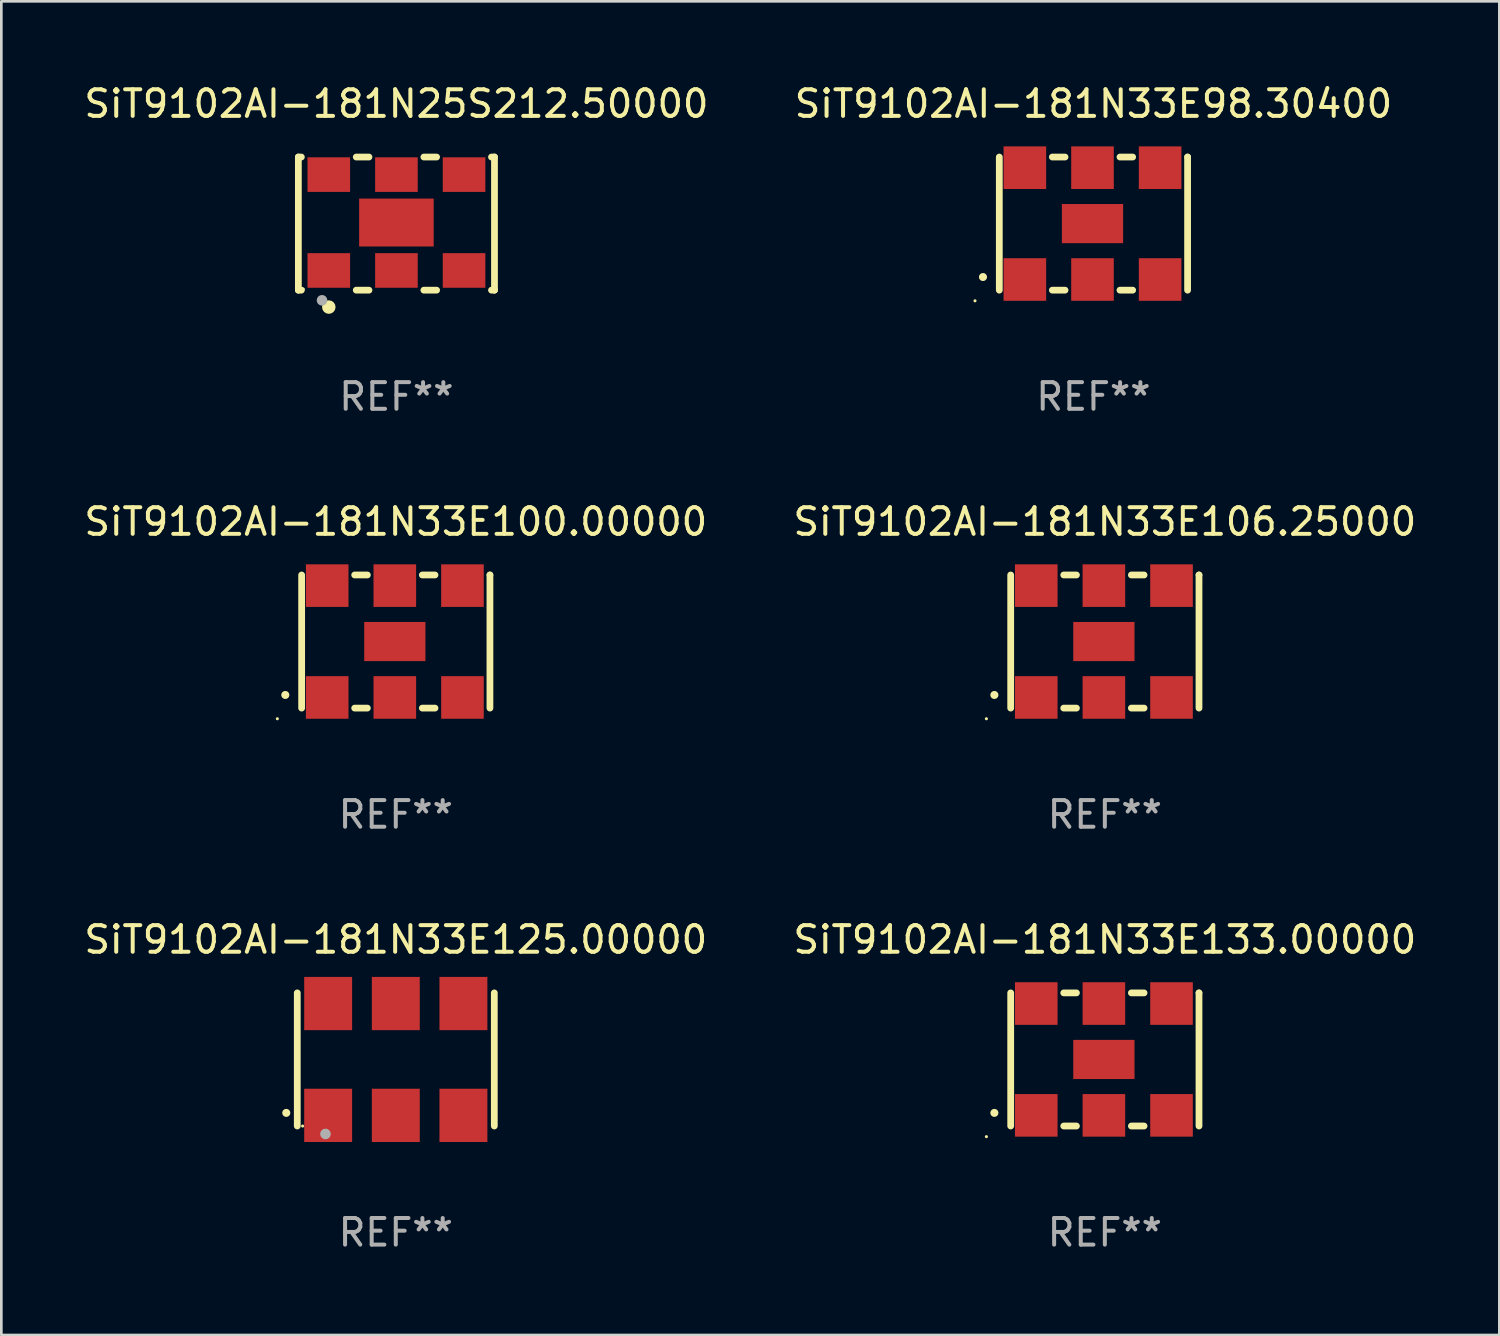
<source format=kicad_pcb>
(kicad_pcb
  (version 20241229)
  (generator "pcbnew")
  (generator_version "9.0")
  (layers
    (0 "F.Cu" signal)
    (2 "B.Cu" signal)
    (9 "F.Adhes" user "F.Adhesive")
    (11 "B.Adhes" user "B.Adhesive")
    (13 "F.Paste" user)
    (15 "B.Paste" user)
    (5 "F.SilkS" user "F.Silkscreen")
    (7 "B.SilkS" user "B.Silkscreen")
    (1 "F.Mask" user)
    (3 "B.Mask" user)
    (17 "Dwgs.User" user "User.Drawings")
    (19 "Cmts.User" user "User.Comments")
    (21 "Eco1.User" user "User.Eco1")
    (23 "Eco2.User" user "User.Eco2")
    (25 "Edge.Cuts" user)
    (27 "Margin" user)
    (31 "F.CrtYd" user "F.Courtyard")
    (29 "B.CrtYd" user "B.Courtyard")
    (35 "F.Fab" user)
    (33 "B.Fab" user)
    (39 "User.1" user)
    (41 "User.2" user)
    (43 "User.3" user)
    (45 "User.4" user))
  (footprint "SiT9102AI-181N33E106.25000"
    (layer "F.Cu")
    (at 38.446 21.045)
    (property "Reference" "SiT9102AI-181N33E106.25000" (at 0 -4.5 0) (layer "F.SilkS") (effects (font (size 1 1) (thickness 0.15))))
    (attr through_hole)
    (fp_line (start -3.536 -2.5) (end -3.536 2.5) (stroke (width 0.254) (type solid)) (layer "F.SilkS"))
    (fp_line (start -1.544 2.5) (end -1.067 2.5) (stroke (width 0.254) (type solid)) (layer "F.SilkS"))
    (fp_line (start -1.067 -2.5) (end -1.544 -2.5) (stroke (width 0.254) (type solid)) (layer "F.SilkS"))
    (fp_line (start 0.996 2.5) (end 1.473 2.5) (stroke (width 0.254) (type solid)) (layer "F.SilkS"))
    (fp_line (start 1.473 -2.5) (end 0.996 -2.5) (stroke (width 0.254) (type solid)) (layer "F.SilkS"))
    (fp_line (start 3.536 -2.5) (end 3.536 -2.5) (stroke (width 0.254) (type solid)) (layer "F.SilkS"))
    (fp_line (start 3.536 2.5) (end 3.536 -2.5) (stroke (width 0.254) (type solid)) (layer "F.SilkS"))
    (fp_arc (start -4.150432 2.006604) (mid -4.149162 2.006599) (end -4.147892 2.006604) (stroke (width 0.3) (type solid)) (layer "F.SilkS"))
    (fp_circle (center -4.449 2.9) (end -4.419 2.9) (stroke (width 0.06) (type solid)) (fill no) (layer "F.SilkS"))
    (fp_text user "REF**" (at 0 6.5 0) (layer "F.Fab") (effects (font (size 1 1) (thickness 0.15))))
    (pad "1" smd rect (at -2.576 2.1) (size 1.6 1.6) (layers "F.Cu" "F.Mask" "F.Paste"))
    (pad "2" smd rect (at -0.036 2.1) (size 1.6 1.6) (layers "F.Cu" "F.Mask" "F.Paste"))
    (pad "3" smd rect (at 2.504 2.1) (size 1.6 1.6) (layers "F.Cu" "F.Mask" "F.Paste"))
    (pad "4" smd rect (at 2.504 -2.1) (size 1.6 1.6) (layers "F.Cu" "F.Mask" "F.Paste"))
    (pad "5" smd rect (at -0.036 -2.1) (size 1.6 1.6) (layers "F.Cu" "F.Mask" "F.Paste"))
    (pad "6" smd rect (at -2.576 -2.1) (size 1.6 1.6) (layers "F.Cu" "F.Mask" "F.Paste"))
    (pad "7" smd rect (at -0.036 0) (size 2.3 1.47) (layers "F.Cu" "F.Mask" "F.Paste")))
  (footprint "SiT9102AI-181N33E98.30400"
    (layer "F.Cu")
    (at 38.018 5.348)
    (property "Reference" "SiT9102AI-181N33E98.30400" (at 0 -4.5 0) (layer "F.SilkS") (effects (font (size 1 1) (thickness 0.15))))
    (attr through_hole)
    (fp_line (start -3.536 -2.5) (end -3.536 2.5) (stroke (width 0.254) (type solid)) (layer "F.SilkS"))
    (fp_line (start -1.544 2.5) (end -1.067 2.5) (stroke (width 0.254) (type solid)) (layer "F.SilkS"))
    (fp_line (start -1.067 -2.5) (end -1.544 -2.5) (stroke (width 0.254) (type solid)) (layer "F.SilkS"))
    (fp_line (start 0.996 2.5) (end 1.473 2.5) (stroke (width 0.254) (type solid)) (layer "F.SilkS"))
    (fp_line (start 1.473 -2.5) (end 0.996 -2.5) (stroke (width 0.254) (type solid)) (layer "F.SilkS"))
    (fp_line (start 3.536 -2.5) (end 3.536 -2.5) (stroke (width 0.254) (type solid)) (layer "F.SilkS"))
    (fp_line (start 3.536 2.5) (end 3.536 -2.5) (stroke (width 0.254) (type solid)) (layer "F.SilkS"))
    (fp_arc (start -4.150432 2.006604) (mid -4.149162 2.006599) (end -4.147892 2.006604) (stroke (width 0.3) (type solid)) (layer "F.SilkS"))
    (fp_circle (center -4.449 2.9) (end -4.419 2.9) (stroke (width 0.06) (type solid)) (fill no) (layer "F.SilkS"))
    (fp_text user "REF**" (at 0 6.5 0) (layer "F.Fab") (effects (font (size 1 1) (thickness 0.15))))
    (pad "1" smd rect (at -2.576 2.1) (size 1.6 1.6) (layers "F.Cu" "F.Mask" "F.Paste"))
    (pad "2" smd rect (at -0.036 2.1) (size 1.6 1.6) (layers "F.Cu" "F.Mask" "F.Paste"))
    (pad "3" smd rect (at 2.504 2.1) (size 1.6 1.6) (layers "F.Cu" "F.Mask" "F.Paste"))
    (pad "4" smd rect (at 2.504 -2.1) (size 1.6 1.6) (layers "F.Cu" "F.Mask" "F.Paste"))
    (pad "5" smd rect (at -0.036 -2.1) (size 1.6 1.6) (layers "F.Cu" "F.Mask" "F.Paste"))
    (pad "6" smd rect (at -2.576 -2.1) (size 1.6 1.6) (layers "F.Cu" "F.Mask" "F.Paste"))
    (pad "7" smd rect (at -0.036 0) (size 2.3 1.47) (layers "F.Cu" "F.Mask" "F.Paste")))
  (footprint "SiT9102AI-181N33E133.00000"
    (layer "F.Cu")
    (at 38.446 36.741)
    (property "Reference" "SiT9102AI-181N33E133.00000" (at 0 -4.5 0) (layer "F.SilkS") (effects (font (size 1 1) (thickness 0.15))))
    (attr through_hole)
    (fp_line (start -3.536 -2.5) (end -3.536 2.5) (stroke (width 0.254) (type solid)) (layer "F.SilkS"))
    (fp_line (start -1.544 2.5) (end -1.067 2.5) (stroke (width 0.254) (type solid)) (layer "F.SilkS"))
    (fp_line (start -1.067 -2.5) (end -1.544 -2.5) (stroke (width 0.254) (type solid)) (layer "F.SilkS"))
    (fp_line (start 0.996 2.5) (end 1.473 2.5) (stroke (width 0.254) (type solid)) (layer "F.SilkS"))
    (fp_line (start 1.473 -2.5) (end 0.996 -2.5) (stroke (width 0.254) (type solid)) (layer "F.SilkS"))
    (fp_line (start 3.536 -2.5) (end 3.536 -2.5) (stroke (width 0.254) (type solid)) (layer "F.SilkS"))
    (fp_line (start 3.536 2.5) (end 3.536 -2.5) (stroke (width 0.254) (type solid)) (layer "F.SilkS"))
    (fp_arc (start -4.150432 2.006604) (mid -4.149162 2.006599) (end -4.147892 2.006604) (stroke (width 0.3) (type solid)) (layer "F.SilkS"))
    (fp_circle (center -4.449 2.9) (end -4.419 2.9) (stroke (width 0.06) (type solid)) (fill no) (layer "F.SilkS"))
    (fp_text user "REF**" (at 0 6.5 0) (layer "F.Fab") (effects (font (size 1 1) (thickness 0.15))))
    (pad "1" smd rect (at -2.576 2.1) (size 1.6 1.6) (layers "F.Cu" "F.Mask" "F.Paste"))
    (pad "2" smd rect (at -0.036 2.1) (size 1.6 1.6) (layers "F.Cu" "F.Mask" "F.Paste"))
    (pad "3" smd rect (at 2.504 2.1) (size 1.6 1.6) (layers "F.Cu" "F.Mask" "F.Paste"))
    (pad "4" smd rect (at 2.504 -2.1) (size 1.6 1.6) (layers "F.Cu" "F.Mask" "F.Paste"))
    (pad "5" smd rect (at -0.036 -2.1) (size 1.6 1.6) (layers "F.Cu" "F.Mask" "F.Paste"))
    (pad "6" smd rect (at -2.576 -2.1) (size 1.6 1.6) (layers "F.Cu" "F.Mask" "F.Paste"))
    (pad "7" smd rect (at -0.036 0) (size 2.3 1.47) (layers "F.Cu" "F.Mask" "F.Paste")))
  (footprint "SiT9102AI-181N33E100.00000"
    (layer "F.Cu")
    (at 11.815 21.045)
    (property "Reference" "SiT9102AI-181N33E100.00000" (at 0 -4.5 0) (layer "F.SilkS") (effects (font (size 1 1) (thickness 0.15))))
    (attr through_hole)
    (fp_line (start -3.536 -2.5) (end -3.536 2.5) (stroke (width 0.254) (type solid)) (layer "F.SilkS"))
    (fp_line (start -1.544 2.5) (end -1.067 2.5) (stroke (width 0.254) (type solid)) (layer "F.SilkS"))
    (fp_line (start -1.067 -2.5) (end -1.544 -2.5) (stroke (width 0.254) (type solid)) (layer "F.SilkS"))
    (fp_line (start 0.996 2.5) (end 1.473 2.5) (stroke (width 0.254) (type solid)) (layer "F.SilkS"))
    (fp_line (start 1.473 -2.5) (end 0.996 -2.5) (stroke (width 0.254) (type solid)) (layer "F.SilkS"))
    (fp_line (start 3.536 -2.5) (end 3.536 -2.5) (stroke (width 0.254) (type solid)) (layer "F.SilkS"))
    (fp_line (start 3.536 2.5) (end 3.536 -2.5) (stroke (width 0.254) (type solid)) (layer "F.SilkS"))
    (fp_arc (start -4.150432 2.006604) (mid -4.149162 2.006599) (end -4.147892 2.006604) (stroke (width 0.3) (type solid)) (layer "F.SilkS"))
    (fp_circle (center -4.449 2.9) (end -4.419 2.9) (stroke (width 0.06) (type solid)) (fill no) (layer "F.SilkS"))
    (fp_text user "REF**" (at 0 6.5 0) (layer "F.Fab") (effects (font (size 1 1) (thickness 0.15))))
    (pad "1" smd rect (at -2.576 2.1) (size 1.6 1.6) (layers "F.Cu" "F.Mask" "F.Paste"))
    (pad "2" smd rect (at -0.036 2.1) (size 1.6 1.6) (layers "F.Cu" "F.Mask" "F.Paste"))
    (pad "3" smd rect (at 2.504 2.1) (size 1.6 1.6) (layers "F.Cu" "F.Mask" "F.Paste"))
    (pad "4" smd rect (at 2.504 -2.1) (size 1.6 1.6) (layers "F.Cu" "F.Mask" "F.Paste"))
    (pad "5" smd rect (at -0.036 -2.1) (size 1.6 1.6) (layers "F.Cu" "F.Mask" "F.Paste"))
    (pad "6" smd rect (at -2.576 -2.1) (size 1.6 1.6) (layers "F.Cu" "F.Mask" "F.Paste"))
    (pad "7" smd rect (at -0.036 0) (size 2.3 1.47) (layers "F.Cu" "F.Mask" "F.Paste")))
  (footprint "SiT9102AI-181N25S212.50000"
    (layer "F.Cu")
    (at 11.839 5.348)
    (property "Reference" "SiT9102AI-181N25S212.50000" (at 0 -4.5 0) (layer "F.SilkS") (effects (font (size 1 1) (thickness 0.15))))
    (attr through_hole)
    (fp_line (start -3.683 -2.5) (end -3.571 -2.5) (stroke (width 0.254) (type solid)) (layer "F.SilkS"))
    (fp_line (start -3.683 2.5) (end -3.683 -2.5) (stroke (width 0.254) (type solid)) (layer "F.SilkS"))
    (fp_line (start -3.683 2.5) (end -3.571 2.5) (stroke (width 0.254) (type solid)) (layer "F.SilkS"))
    (fp_line (start -1.509 -2.5) (end -1.031 -2.5) (stroke (width 0.254) (type solid)) (layer "F.SilkS"))
    (fp_line (start -1.509 2.5) (end -1.031 2.5) (stroke (width 0.254) (type solid)) (layer "F.SilkS"))
    (fp_line (start 1.031 -2.5) (end 1.509 -2.5) (stroke (width 0.254) (type solid)) (layer "F.SilkS"))
    (fp_line (start 1.031 2.5) (end 1.509 2.5) (stroke (width 0.254) (type solid)) (layer "F.SilkS"))
    (fp_line (start 3.571 -2.5) (end 3.683 -2.5) (stroke (width 0.254) (type solid)) (layer "F.SilkS"))
    (fp_line (start 3.571 2.5) (end 3.683 2.5) (stroke (width 0.254) (type solid)) (layer "F.SilkS"))
    (fp_line (start 3.683 2.5) (end 3.683 -2.5) (stroke (width 0.254) (type solid)) (layer "F.SilkS"))
    (fp_circle (center -3.5 2.46) (end -3.47 2.46) (stroke (width 0.06) (type solid)) (fill no) (layer "F.SilkS"))
    (fp_circle (center -2.54 3.135) (end -2.413 3.135) (stroke (width 0.254) (type solid)) (fill no) (layer "F.SilkS"))
    (fp_circle (center -2.794 2.881) (end -2.694 2.881) (stroke (width 0.2) (type solid)) (fill no) (layer "F.Fab"))
    (fp_text user "REF**" (at 0 6.5 0) (layer "F.Fab") (effects (font (size 1 1) (thickness 0.15))))
    (pad "1" smd rect (at -2.54 1.76) (size 1.6 1.3) (layers "F.Cu" "F.Mask" "F.Paste"))
    (pad "2" smd rect (at 0 1.76) (size 1.6 1.3) (layers "F.Cu" "F.Mask" "F.Paste"))
    (pad "3" smd rect (at 2.54 1.76) (size 1.6 1.3) (layers "F.Cu" "F.Mask" "F.Paste"))
    (pad "4" smd rect (at 2.54 -1.84) (size 1.6 1.3) (layers "F.Cu" "F.Mask" "F.Paste"))
    (pad "5" smd rect (at 0 -1.84) (size 1.6 1.3) (layers "F.Cu" "F.Mask" "F.Paste"))
    (pad "6" smd rect (at -2.54 -1.84) (size 1.6 1.3) (layers "F.Cu" "F.Mask" "F.Paste"))
    (pad "7" smd rect (at 0 -0.04) (size 2.8 1.8) (layers "F.Cu" "F.Mask" "F.Paste")))
  (footprint "SiT9102AI-181N33E125.00000"
    (layer "F.Cu")
    (at 11.815 36.741)
    (property "Reference" "SiT9102AI-181N33E125.00000" (at 0 -4.5 0) (layer "F.SilkS") (effects (font (size 1 1) (thickness 0.15))))
    (attr through_hole)
    (fp_line (start -3.7 -2.5) (end -3.7 2.5) (stroke (width 0.254) (type solid)) (layer "F.SilkS"))
    (fp_line (start 3.7 -2.5) (end 3.7 2.5) (stroke (width 0.254) (type solid)) (layer "F.SilkS"))
    (fp_arc (start -4.114415 2.006604) (mid -4.113145 2.006599) (end -4.111875 2.006604) (stroke (width 0.3) (type solid)) (layer "F.SilkS"))
    (fp_circle (center -3.5 2.501) (end -3.47 2.501) (stroke (width 0.06) (type solid)) (fill no) (layer "F.SilkS"))
    (fp_circle (center -2.641 2.799) (end -2.541 2.799) (stroke (width 0.2) (type solid)) (fill no) (layer "F.Fab"))
    (fp_text user "REF**" (at 0 6.5 0) (layer "F.Fab") (effects (font (size 1 1) (thickness 0.15))))
    (pad "1" smd rect (at -2.54 2.1) (size 1.8 2) (layers "F.Cu" "F.Mask" "F.Paste"))
    (pad "2" smd rect (at 0.000394 2.1) (size 1.8 2) (layers "F.Cu" "F.Mask" "F.Paste"))
    (pad "3" smd rect (at 2.54 2.1) (size 1.8 2) (layers "F.Cu" "F.Mask" "F.Paste"))
    (pad "4" smd rect (at 2.54 -2.1) (size 1.8 2) (layers "F.Cu" "F.Mask" "F.Paste"))
    (pad "5" smd rect (at 0.000394 -2.1) (size 1.8 2) (layers "F.Cu" "F.Mask" "F.Paste"))
    (pad "6" smd rect (at -2.54 -2.1) (size 1.8 2) (layers "F.Cu" "F.Mask" "F.Paste")))
  (gr_rect
    (start -3 -3)
    (end 53.262 47.09)
    (stroke (width 0.1) (type default))
    (fill no)
    (layer "Edge.Cuts")))
</source>
